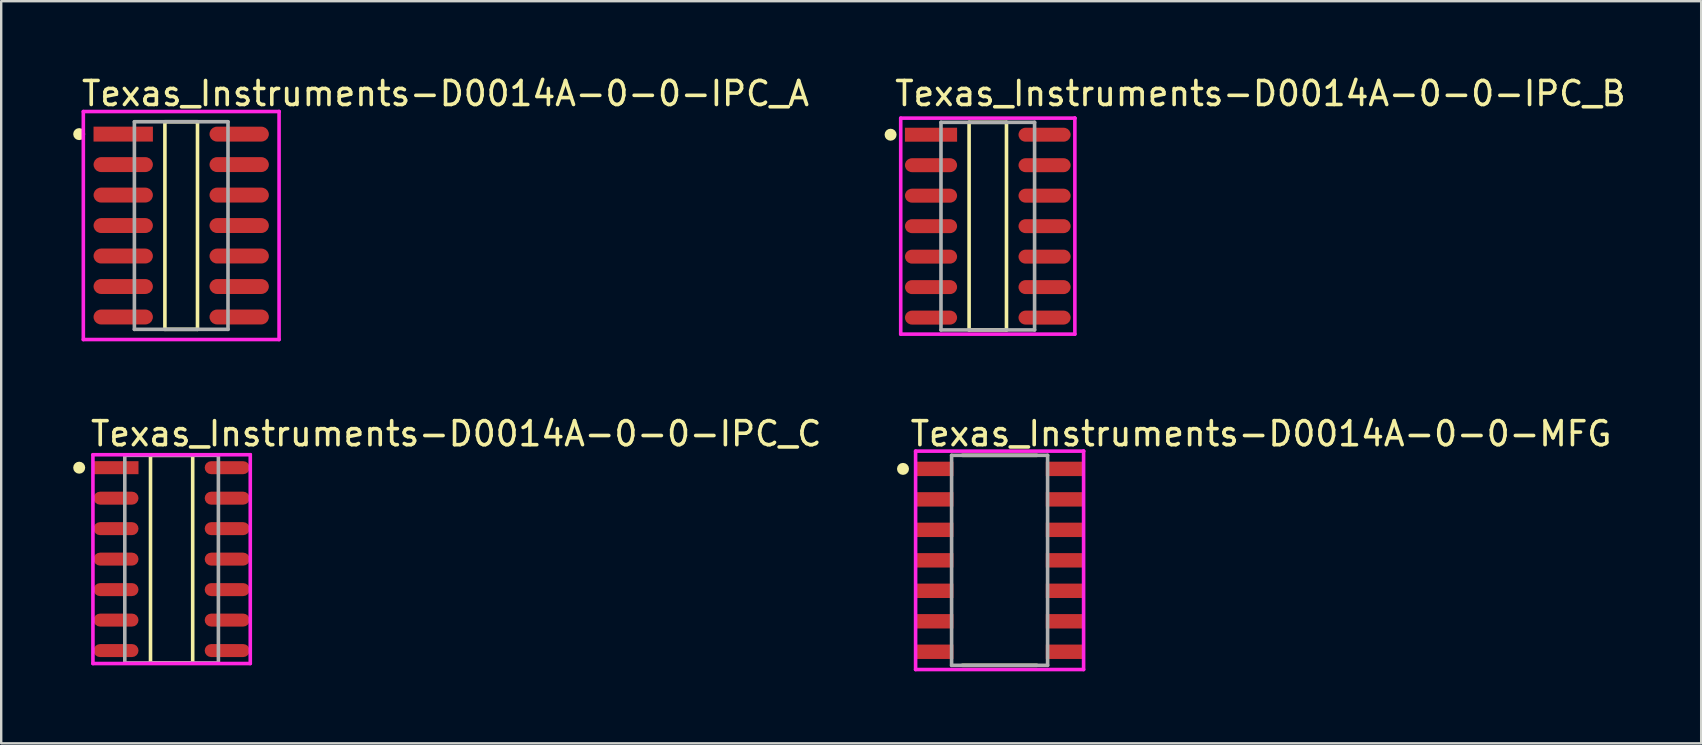
<source format=kicad_pcb>
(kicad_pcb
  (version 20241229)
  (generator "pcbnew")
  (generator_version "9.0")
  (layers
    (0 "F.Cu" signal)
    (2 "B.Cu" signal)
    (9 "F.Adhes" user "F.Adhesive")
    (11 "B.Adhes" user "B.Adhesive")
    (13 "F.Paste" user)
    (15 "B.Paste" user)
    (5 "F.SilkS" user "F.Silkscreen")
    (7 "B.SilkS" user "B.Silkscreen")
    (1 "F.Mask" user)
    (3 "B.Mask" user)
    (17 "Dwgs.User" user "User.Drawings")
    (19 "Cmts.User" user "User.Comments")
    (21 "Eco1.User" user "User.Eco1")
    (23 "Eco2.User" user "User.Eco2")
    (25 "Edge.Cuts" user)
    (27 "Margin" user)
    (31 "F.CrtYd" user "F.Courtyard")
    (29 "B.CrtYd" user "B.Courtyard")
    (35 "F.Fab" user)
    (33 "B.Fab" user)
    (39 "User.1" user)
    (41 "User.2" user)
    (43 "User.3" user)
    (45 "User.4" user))
  (footprint "Texas_Instruments-D0014A-0-0-IPC_C"
    (layer "F.Cu")
    (at 4.1 20.247)
    (property "Reference" "Texas_Instruments-D0014A-0-0-IPC_C" (at -3.453 -5.225 0) (layer "F.SilkS") (effects (font (size 1 1) (thickness 0.15)) (justify left)))
    (attr through_hole)
    (fp_line (start -0.879 -4.325) (end 0.879 -4.325) (stroke (width 0.15) (type solid)) (layer "F.SilkS"))
    (fp_line (start -0.879 4.325) (end -0.879 -4.325) (stroke (width 0.15) (type solid)) (layer "F.SilkS"))
    (fp_line (start 0.879 -4.325) (end 0.879 4.325) (stroke (width 0.15) (type solid)) (layer "F.SilkS"))
    (fp_line (start 0.879 4.325) (end -0.879 4.325) (stroke (width 0.15) (type solid)) (layer "F.SilkS"))
    (fp_circle (center -3.85 -3.81) (end -3.725 -3.81) (stroke (width 0.25) (type solid)) (fill no) (layer "F.SilkS"))
    (fp_line (start -3.278 -4.35) (end -3.278 4.35) (stroke (width 0.15) (type solid)) (layer "F.CrtYd"))
    (fp_line (start -3.278 4.35) (end 3.278 4.35) (stroke (width 0.15) (type solid)) (layer "F.CrtYd"))
    (fp_line (start 3.278 -4.35) (end -3.278 -4.35) (stroke (width 0.15) (type solid)) (layer "F.CrtYd"))
    (fp_line (start 3.278 -4.35) (end 3.278 -4.35) (stroke (width 0.15) (type solid)) (layer "F.CrtYd"))
    (fp_line (start 3.278 4.35) (end 3.278 -4.35) (stroke (width 0.15) (type solid)) (layer "F.CrtYd"))
    (fp_line (start -1.95 -4.325) (end 1.95 -4.325) (stroke (width 0.15) (type solid)) (layer "F.Fab"))
    (fp_line (start -1.95 4.325) (end -1.95 -4.325) (stroke (width 0.15) (type solid)) (layer "F.Fab"))
    (fp_line (start 1.95 -4.325) (end 1.95 4.325) (stroke (width 0.15) (type solid)) (layer "F.Fab"))
    (fp_line (start 1.95 4.325) (end -1.95 4.325) (stroke (width 0.15) (type solid)) (layer "F.Fab"))
    (pad "1" smd rect (at -2.316 -3.81) (size 1.874 0.542) (layers "F.Cu" "F.Mask" "F.Paste"))
    (pad "2" smd roundrect (at -2.316 -2.54) (size 1.874 0.542) (layers "F.Cu" "F.Mask" "F.Paste") (roundrect_rratio 0.5))
    (pad "3" smd roundrect (at -2.316 -1.27) (size 1.874 0.542) (layers "F.Cu" "F.Mask" "F.Paste") (roundrect_rratio 0.5))
    (pad "4" smd roundrect (at -2.316 0) (size 1.874 0.542) (layers "F.Cu" "F.Mask" "F.Paste") (roundrect_rratio 0.5))
    (pad "5" smd roundrect (at -2.316 1.27) (size 1.874 0.542) (layers "F.Cu" "F.Mask" "F.Paste") (roundrect_rratio 0.5))
    (pad "6" smd roundrect (at -2.316 2.54) (size 1.874 0.542) (layers "F.Cu" "F.Mask" "F.Paste") (roundrect_rratio 0.5))
    (pad "7" smd roundrect (at -2.316 3.81) (size 1.874 0.542) (layers "F.Cu" "F.Mask" "F.Paste") (roundrect_rratio 0.5))
    (pad "8" smd roundrect (at 2.316 3.81) (size 1.874 0.542) (layers "F.Cu" "F.Mask" "F.Paste") (roundrect_rratio 0.5))
    (pad "9" smd roundrect (at 2.316 2.54) (size 1.874 0.542) (layers "F.Cu" "F.Mask" "F.Paste") (roundrect_rratio 0.5))
    (pad "10" smd roundrect (at 2.316 1.27) (size 1.874 0.542) (layers "F.Cu" "F.Mask" "F.Paste") (roundrect_rratio 0.5))
    (pad "11" smd roundrect (at 2.316 0) (size 1.874 0.542) (layers "F.Cu" "F.Mask" "F.Paste") (roundrect_rratio 0.5))
    (pad "12" smd roundrect (at 2.316 -1.27) (size 1.874 0.542) (layers "F.Cu" "F.Mask" "F.Paste") (roundrect_rratio 0.5))
    (pad "13" smd roundrect (at 2.316 -2.54) (size 1.874 0.542) (layers "F.Cu" "F.Mask" "F.Paste") (roundrect_rratio 0.5))
    (pad "14" smd roundrect (at 2.316 -3.81) (size 1.874 0.542) (layers "F.Cu" "F.Mask" "F.Paste") (roundrect_rratio 0.5)))
  (footprint "Texas_Instruments-D0014A-0-0-IPC_A"
    (layer "F.Cu")
    (at 4.5 6.348)
    (property "Reference" "Texas_Instruments-D0014A-0-0-IPC_A" (at -4.228 -5.5 0) (layer "F.SilkS") (effects (font (size 1 1) (thickness 0.15)) (justify left)))
    (attr through_hole)
    (fp_line (start -0.679 -4.325) (end 0.679 -4.325) (stroke (width 0.15) (type solid)) (layer "F.SilkS"))
    (fp_line (start -0.679 4.325) (end -0.679 -4.325) (stroke (width 0.15) (type solid)) (layer "F.SilkS"))
    (fp_line (start 0.679 -4.325) (end 0.679 4.325) (stroke (width 0.15) (type solid)) (layer "F.SilkS"))
    (fp_line (start 0.679 4.325) (end -0.679 4.325) (stroke (width 0.15) (type solid)) (layer "F.SilkS"))
    (fp_circle (center -4.25 -3.81) (end -4.125 -3.81) (stroke (width 0.25) (type solid)) (fill no) (layer "F.SilkS"))
    (fp_line (start -4.078 -4.75) (end -4.078 4.75) (stroke (width 0.15) (type solid)) (layer "F.CrtYd"))
    (fp_line (start -4.078 4.75) (end 4.078 4.75) (stroke (width 0.15) (type solid)) (layer "F.CrtYd"))
    (fp_line (start 4.078 -4.75) (end -4.078 -4.75) (stroke (width 0.15) (type solid)) (layer "F.CrtYd"))
    (fp_line (start 4.078 -4.75) (end 4.078 -4.75) (stroke (width 0.15) (type solid)) (layer "F.CrtYd"))
    (fp_line (start 4.078 4.75) (end 4.078 -4.75) (stroke (width 0.15) (type solid)) (layer "F.CrtYd"))
    (fp_line (start -1.95 -4.325) (end 1.95 -4.325) (stroke (width 0.15) (type solid)) (layer "F.Fab"))
    (fp_line (start -1.95 4.325) (end -1.95 -4.325) (stroke (width 0.15) (type solid)) (layer "F.Fab"))
    (fp_line (start 1.95 -4.325) (end 1.95 4.325) (stroke (width 0.15) (type solid)) (layer "F.Fab"))
    (fp_line (start 1.95 4.325) (end -1.95 4.325) (stroke (width 0.15) (type solid)) (layer "F.Fab"))
    (pad "1" smd rect (at -2.416 -3.81) (size 2.474 0.622) (layers "F.Cu" "F.Mask" "F.Paste"))
    (pad "2" smd roundrect (at -2.416 -2.54) (size 2.474 0.622) (layers "F.Cu" "F.Mask" "F.Paste") (roundrect_rratio 0.5))
    (pad "3" smd roundrect (at -2.416 -1.27) (size 2.474 0.622) (layers "F.Cu" "F.Mask" "F.Paste") (roundrect_rratio 0.5))
    (pad "4" smd roundrect (at -2.416 0) (size 2.474 0.622) (layers "F.Cu" "F.Mask" "F.Paste") (roundrect_rratio 0.5))
    (pad "5" smd roundrect (at -2.416 1.27) (size 2.474 0.622) (layers "F.Cu" "F.Mask" "F.Paste") (roundrect_rratio 0.5))
    (pad "6" smd roundrect (at -2.416 2.54) (size 2.474 0.622) (layers "F.Cu" "F.Mask" "F.Paste") (roundrect_rratio 0.5))
    (pad "7" smd roundrect (at -2.416 3.81) (size 2.474 0.622) (layers "F.Cu" "F.Mask" "F.Paste") (roundrect_rratio 0.5))
    (pad "8" smd roundrect (at 2.416 3.81) (size 2.474 0.622) (layers "F.Cu" "F.Mask" "F.Paste") (roundrect_rratio 0.5))
    (pad "9" smd roundrect (at 2.416 2.54) (size 2.474 0.622) (layers "F.Cu" "F.Mask" "F.Paste") (roundrect_rratio 0.5))
    (pad "10" smd roundrect (at 2.416 1.27) (size 2.474 0.622) (layers "F.Cu" "F.Mask" "F.Paste") (roundrect_rratio 0.5))
    (pad "11" smd roundrect (at 2.416 0) (size 2.474 0.622) (layers "F.Cu" "F.Mask" "F.Paste") (roundrect_rratio 0.5))
    (pad "12" smd roundrect (at 2.416 -1.27) (size 2.474 0.622) (layers "F.Cu" "F.Mask" "F.Paste") (roundrect_rratio 0.5))
    (pad "13" smd roundrect (at 2.416 -2.54) (size 2.474 0.622) (layers "F.Cu" "F.Mask" "F.Paste") (roundrect_rratio 0.5))
    (pad "14" smd roundrect (at 2.416 -3.81) (size 2.474 0.622) (layers "F.Cu" "F.Mask" "F.Paste") (roundrect_rratio 0.5)))
  (footprint "Texas_Instruments-D0014A-0-0-MFG"
    (layer "F.Cu")
    (at 38.6 20.297)
    (property "Reference" "Texas_Instruments-D0014A-0-0-MFG" (at -3.8 -5.275 0) (layer "F.SilkS") (effects (font (size 1 1) (thickness 0.15)) (justify left)))
    (attr through_hole)
    (fp_line (start -1.55 -4.375) (end 1.55 -4.375) (stroke (width 0.15) (type solid)) (layer "F.SilkS"))
    (fp_line (start -1.55 4.375) (end 1.55 4.375) (stroke (width 0.15) (type solid)) (layer "F.SilkS"))
    (fp_circle (center -4.025 -3.81) (end -3.9 -3.81) (stroke (width 0.25) (type solid)) (fill no) (layer "F.SilkS"))
    (fp_line (start -3.5 -4.55) (end -3.5 4.55) (stroke (width 0.15) (type solid)) (layer "F.CrtYd"))
    (fp_line (start -3.5 4.55) (end 3.5 4.55) (stroke (width 0.15) (type solid)) (layer "F.CrtYd"))
    (fp_line (start 3.5 -4.55) (end -3.5 -4.55) (stroke (width 0.15) (type solid)) (layer "F.CrtYd"))
    (fp_line (start 3.5 -4.55) (end 3.5 -4.55) (stroke (width 0.15) (type solid)) (layer "F.CrtYd"))
    (fp_line (start 3.5 4.55) (end 3.5 -4.55) (stroke (width 0.15) (type solid)) (layer "F.CrtYd"))
    (fp_line (start -2 -4.375) (end 2 -4.375) (stroke (width 0.15) (type solid)) (layer "F.Fab"))
    (fp_line (start -2 4.375) (end -2 -4.375) (stroke (width 0.15) (type solid)) (layer "F.Fab"))
    (fp_line (start 2 -4.375) (end 2 4.375) (stroke (width 0.15) (type solid)) (layer "F.Fab"))
    (fp_line (start 2 4.375) (end -2 4.375) (stroke (width 0.15) (type solid)) (layer "F.Fab"))
    (pad "" smd rect (at -2.7 -3.81) (size 1.5 0.55) (layers "F.Paste"))
    (pad "" smd rect (at -2.7 -2.54) (size 1.5 0.55) (layers "F.Paste"))
    (pad "" smd rect (at -2.7 -1.27) (size 1.5 0.55) (layers "F.Paste"))
    (pad "" smd rect (at -2.7 0) (size 1.5 0.55) (layers "F.Paste"))
    (pad "" smd rect (at -2.7 1.27) (size 1.5 0.55) (layers "F.Paste"))
    (pad "" smd rect (at -2.7 2.54) (size 1.5 0.55) (layers "F.Paste"))
    (pad "" smd rect (at -2.7 3.81) (size 1.5 0.55) (layers "F.Paste"))
    (pad "" smd rect (at 2.7 -3.81) (size 1.5 0.55) (layers "F.Paste"))
    (pad "" smd rect (at 2.7 -2.54) (size 1.5 0.55) (layers "F.Paste"))
    (pad "" smd rect (at 2.7 -1.27) (size 1.5 0.55) (layers "F.Paste"))
    (pad "" smd rect (at 2.7 0) (size 1.5 0.55) (layers "F.Paste"))
    (pad "" smd rect (at 2.7 1.27) (size 1.5 0.55) (layers "F.Paste"))
    (pad "" smd rect (at 2.7 2.54) (size 1.5 0.55) (layers "F.Paste"))
    (pad "" smd rect (at 2.7 3.81) (size 1.5 0.55) (layers "F.Paste"))
    (pad "1" smd rect (at -2.7 -3.81) (size 1.55 0.6) (layers "F.Cu" "F.Mask"))
    (pad "2" smd rect (at -2.7 -2.54) (size 1.55 0.6) (layers "F.Cu" "F.Mask"))
    (pad "3" smd rect (at -2.7 -1.27) (size 1.55 0.6) (layers "F.Cu" "F.Mask"))
    (pad "4" smd rect (at -2.7 0) (size 1.55 0.6) (layers "F.Cu" "F.Mask"))
    (pad "5" smd rect (at -2.7 1.27) (size 1.55 0.6) (layers "F.Cu" "F.Mask"))
    (pad "6" smd rect (at -2.7 2.54) (size 1.55 0.6) (layers "F.Cu" "F.Mask"))
    (pad "7" smd rect (at -2.7 3.81) (size 1.55 0.6) (layers "F.Cu" "F.Mask"))
    (pad "8" smd rect (at 2.7 3.81) (size 1.55 0.6) (layers "F.Cu" "F.Mask"))
    (pad "9" smd rect (at 2.7 2.54) (size 1.55 0.6) (layers "F.Cu" "F.Mask"))
    (pad "10" smd rect (at 2.7 1.27) (size 1.55 0.6) (layers "F.Cu" "F.Mask"))
    (pad "11" smd rect (at 2.7 0) (size 1.55 0.6) (layers "F.Cu" "F.Mask"))
    (pad "12" smd rect (at 2.7 -1.27) (size 1.55 0.6) (layers "F.Cu" "F.Mask"))
    (pad "13" smd rect (at 2.7 -2.54) (size 1.55 0.6) (layers "F.Cu" "F.Mask"))
    (pad "14" smd rect (at 2.7 -3.81) (size 1.55 0.6) (layers "F.Cu" "F.Mask")))
  (footprint "Texas_Instruments-D0014A-0-0-IPC_B"
    (layer "F.Cu")
    (at 38.108 6.373)
    (property "Reference" "Texas_Instruments-D0014A-0-0-IPC_B" (at -3.953 -5.525 0) (layer "F.SilkS") (effects (font (size 1 1) (thickness 0.15)) (justify left)))
    (attr through_hole)
    (fp_line (start -0.779 -4.325) (end 0.779 -4.325) (stroke (width 0.15) (type solid)) (layer "F.SilkS"))
    (fp_line (start -0.779 4.325) (end -0.779 -4.325) (stroke (width 0.15) (type solid)) (layer "F.SilkS"))
    (fp_line (start 0.779 -4.325) (end 0.779 4.325) (stroke (width 0.15) (type solid)) (layer "F.SilkS"))
    (fp_line (start 0.779 4.325) (end -0.779 4.325) (stroke (width 0.15) (type solid)) (layer "F.SilkS"))
    (fp_circle (center -4.05 -3.81) (end -3.925 -3.81) (stroke (width 0.25) (type solid)) (fill no) (layer "F.SilkS"))
    (fp_line (start -3.628 -4.5) (end -3.628 4.5) (stroke (width 0.15) (type solid)) (layer "F.CrtYd"))
    (fp_line (start -3.628 4.5) (end 3.628 4.5) (stroke (width 0.15) (type solid)) (layer "F.CrtYd"))
    (fp_line (start 3.628 -4.5) (end -3.628 -4.5) (stroke (width 0.15) (type solid)) (layer "F.CrtYd"))
    (fp_line (start 3.628 -4.5) (end 3.628 -4.5) (stroke (width 0.15) (type solid)) (layer "F.CrtYd"))
    (fp_line (start 3.628 4.5) (end 3.628 -4.5) (stroke (width 0.15) (type solid)) (layer "F.CrtYd"))
    (fp_line (start -1.95 -4.325) (end 1.95 -4.325) (stroke (width 0.15) (type solid)) (layer "F.Fab"))
    (fp_line (start -1.95 4.325) (end -1.95 -4.325) (stroke (width 0.15) (type solid)) (layer "F.Fab"))
    (fp_line (start 1.95 -4.325) (end 1.95 4.325) (stroke (width 0.15) (type solid)) (layer "F.Fab"))
    (fp_line (start 1.95 4.325) (end -1.95 4.325) (stroke (width 0.15) (type solid)) (layer "F.Fab"))
    (pad "1" smd rect (at -2.366 -3.81) (size 2.174 0.582) (layers "F.Cu" "F.Mask" "F.Paste"))
    (pad "2" smd roundrect (at -2.366 -2.54) (size 2.174 0.582) (layers "F.Cu" "F.Mask" "F.Paste") (roundrect_rratio 0.5))
    (pad "3" smd roundrect (at -2.366 -1.27) (size 2.174 0.582) (layers "F.Cu" "F.Mask" "F.Paste") (roundrect_rratio 0.5))
    (pad "4" smd roundrect (at -2.366 0) (size 2.174 0.582) (layers "F.Cu" "F.Mask" "F.Paste") (roundrect_rratio 0.5))
    (pad "5" smd roundrect (at -2.366 1.27) (size 2.174 0.582) (layers "F.Cu" "F.Mask" "F.Paste") (roundrect_rratio 0.5))
    (pad "6" smd roundrect (at -2.366 2.54) (size 2.174 0.582) (layers "F.Cu" "F.Mask" "F.Paste") (roundrect_rratio 0.5))
    (pad "7" smd roundrect (at -2.366 3.81) (size 2.174 0.582) (layers "F.Cu" "F.Mask" "F.Paste") (roundrect_rratio 0.5))
    (pad "8" smd roundrect (at 2.366 3.81) (size 2.174 0.582) (layers "F.Cu" "F.Mask" "F.Paste") (roundrect_rratio 0.5))
    (pad "9" smd roundrect (at 2.366 2.54) (size 2.174 0.582) (layers "F.Cu" "F.Mask" "F.Paste") (roundrect_rratio 0.5))
    (pad "10" smd roundrect (at 2.366 1.27) (size 2.174 0.582) (layers "F.Cu" "F.Mask" "F.Paste") (roundrect_rratio 0.5))
    (pad "11" smd roundrect (at 2.366 0) (size 2.174 0.582) (layers "F.Cu" "F.Mask" "F.Paste") (roundrect_rratio 0.5))
    (pad "12" smd roundrect (at 2.366 -1.27) (size 2.174 0.582) (layers "F.Cu" "F.Mask" "F.Paste") (roundrect_rratio 0.5))
    (pad "13" smd roundrect (at 2.366 -2.54) (size 2.174 0.582) (layers "F.Cu" "F.Mask" "F.Paste") (roundrect_rratio 0.5))
    (pad "14" smd roundrect (at 2.366 -3.81) (size 2.174 0.582) (layers "F.Cu" "F.Mask" "F.Paste") (roundrect_rratio 0.5)))
  (gr_rect
    (start -3 -3)
    (end 67.833 27.922)
    (stroke (width 0.1) (type default))
    (fill no)
    (layer "Edge.Cuts")))
</source>
